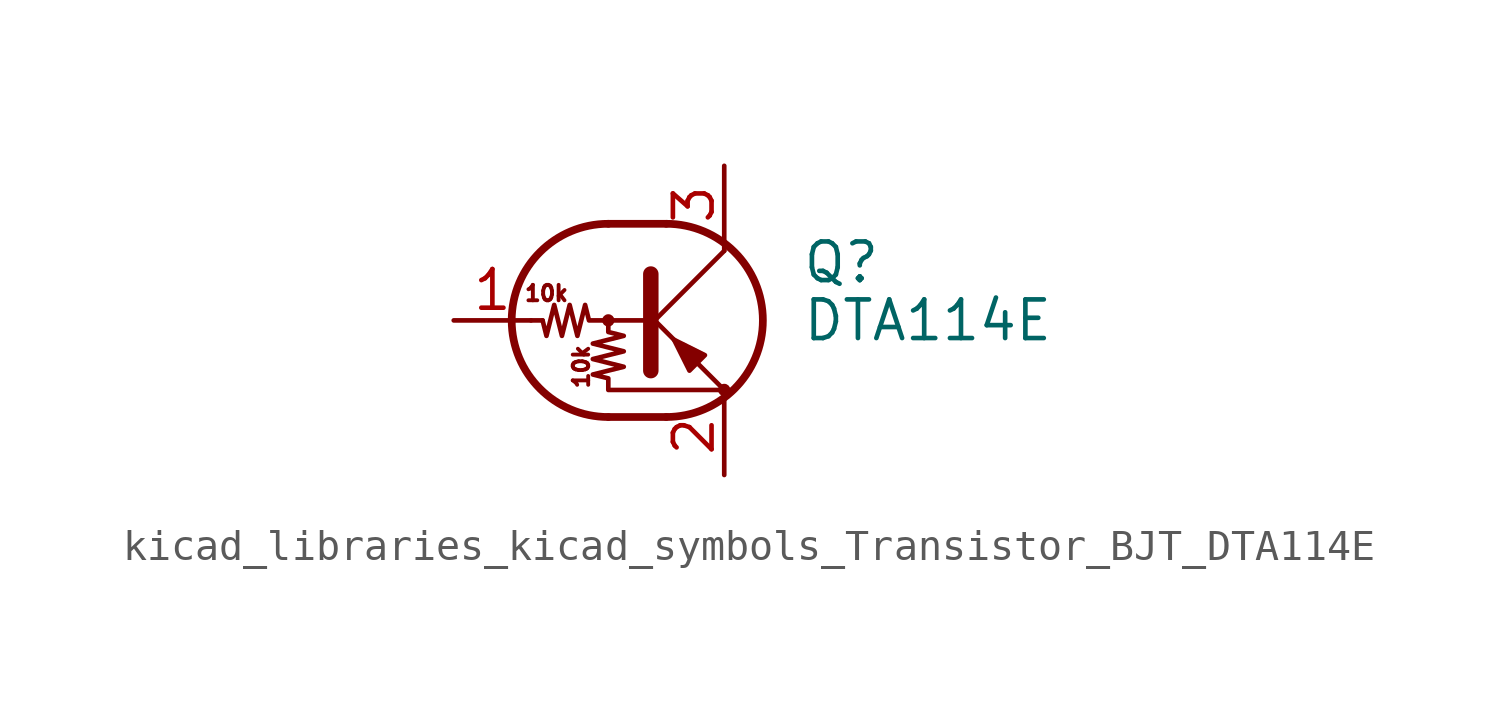
<source format=kicad_sym>
(kicad_symbol_lib
  (version 20220914)
  (generator kicad_symbol_editor)
  (symbol "kicad_libraries_kicad_symbols_Transistor_BJT_DTA114E"
    (pin_names
      (offset 0) hide)
    (property "Reference" "Q"
      (at 5.08 1.905 0)
      (effects (font (size 1.27 1.27)) (justify left)))
    (property "Value" "DTA114E"
      (at 5.08 0 0)
      (effects (font (size 1.27 1.27)) (justify left)))
    (symbol "kicad_libraries_kicad_symbols_Transistor_BJT_DTA114E_0_0"
      (text "10k" (at -3.302 0.889 0) (effects (font (size 0.508 0.508))))
      (text "10k" (at -2.159 -1.524 900) (effects (font (size 0.508 0.508)))))
    (symbol "kicad_libraries_kicad_symbols_Transistor_BJT_DTA114E_0_1"
      (circle (center -1.27 0) (radius 0.127) (stroke (width 0) (type default)) (fill (type none)))
      (arc (start -1.27 3.175) (mid -4.4312 0) (end -1.27 -3.175) (stroke (width 0.254) (type default)) (fill (type none)))
      (polyline (pts (xy -3.429 0) (xy -3.81 0)) (stroke (width 0) (type default)) (fill (type none)))
      (polyline (pts (xy -1.27 -3.175) (xy 0.635 -3.175)) (stroke (width 0.254) (type default)) (fill (type none)))
      (polyline (pts (xy -1.27 3.175) (xy 0.635 3.175)) (stroke (width 0.254) (type default)) (fill (type none)))
      (polyline (pts (xy 0 -0.254) (xy 2.54 2.286)) (stroke (width 0) (type default)) (fill (type none)))
      (polyline (pts (xy 0.127 1.524) (xy 0.127 -1.651)) (stroke (width 0.508) (type default)) (fill (type outline)))
      (polyline (pts (xy 2.54 2.286) (xy 2.54 2.54)) (stroke (width 0) (type default)) (fill (type none)))
      (polyline (pts (xy 2.54 -2.286) (xy 0 0.254) (xy 0 0.254)) (stroke (width 0) (type default)) (fill (type none)))
      (polyline (pts (xy 1.397 -1.651) (xy 1.905 -1.143) (xy 0.889 -0.635) (xy 1.397 -1.651)) (stroke (width 0) (type default)) (fill (type outline)))
      (polyline (pts (xy 0 0) (xy -1.905 0) (xy -2.032 0.508) (xy -2.286 -0.508) (xy -2.54 0.508) (xy -2.794 -0.508) (xy -3.048 0.508) (xy -3.302 -0.508) (xy -3.429 0)) (stroke (width 0) (type default)) (fill (type none)))
      (polyline (pts (xy -1.27 0) (xy -1.27 -0.381) (xy -0.762 -0.508) (xy -1.778 -0.762) (xy -0.762 -1.016) (xy -1.778 -1.27) (xy -0.762 -1.524) (xy -1.778 -1.778) (xy -1.27 -1.905) (xy -1.27 -2.286) (xy 2.54 -2.286)) (stroke (width 0) (type default)) (fill (type none)))
      (arc (start 0.635 -3.175) (mid 3.7962 0) (end 0.635 3.175) (stroke (width 0.254) (type default)) (fill (type none)))
      (circle (center 2.54 -2.286) (radius 0.127) (stroke (width 0) (type default)) (fill (type none))))
    (symbol "kicad_libraries_kicad_symbols_Transistor_BJT_DTA114E_1_1"
      (pin input line (at -6.35 0 0) (length 2.54) (name "B" (effects (font (size 1.27 1.27)))) (number "1" (effects (font (size 1.27 1.27)))))
      (pin passive line (at 2.54 -5.08 90) (length 2.54) (name "E" (effects (font (size 1.27 1.27)))) (number "2" (effects (font (size 1.27 1.27)))))
      (pin passive line (at 2.54 5.08 270) (length 2.54) (name "C" (effects (font (size 1.27 1.27)))) (number "3" (effects (font (size 1.27 1.27))))))))
</source>
